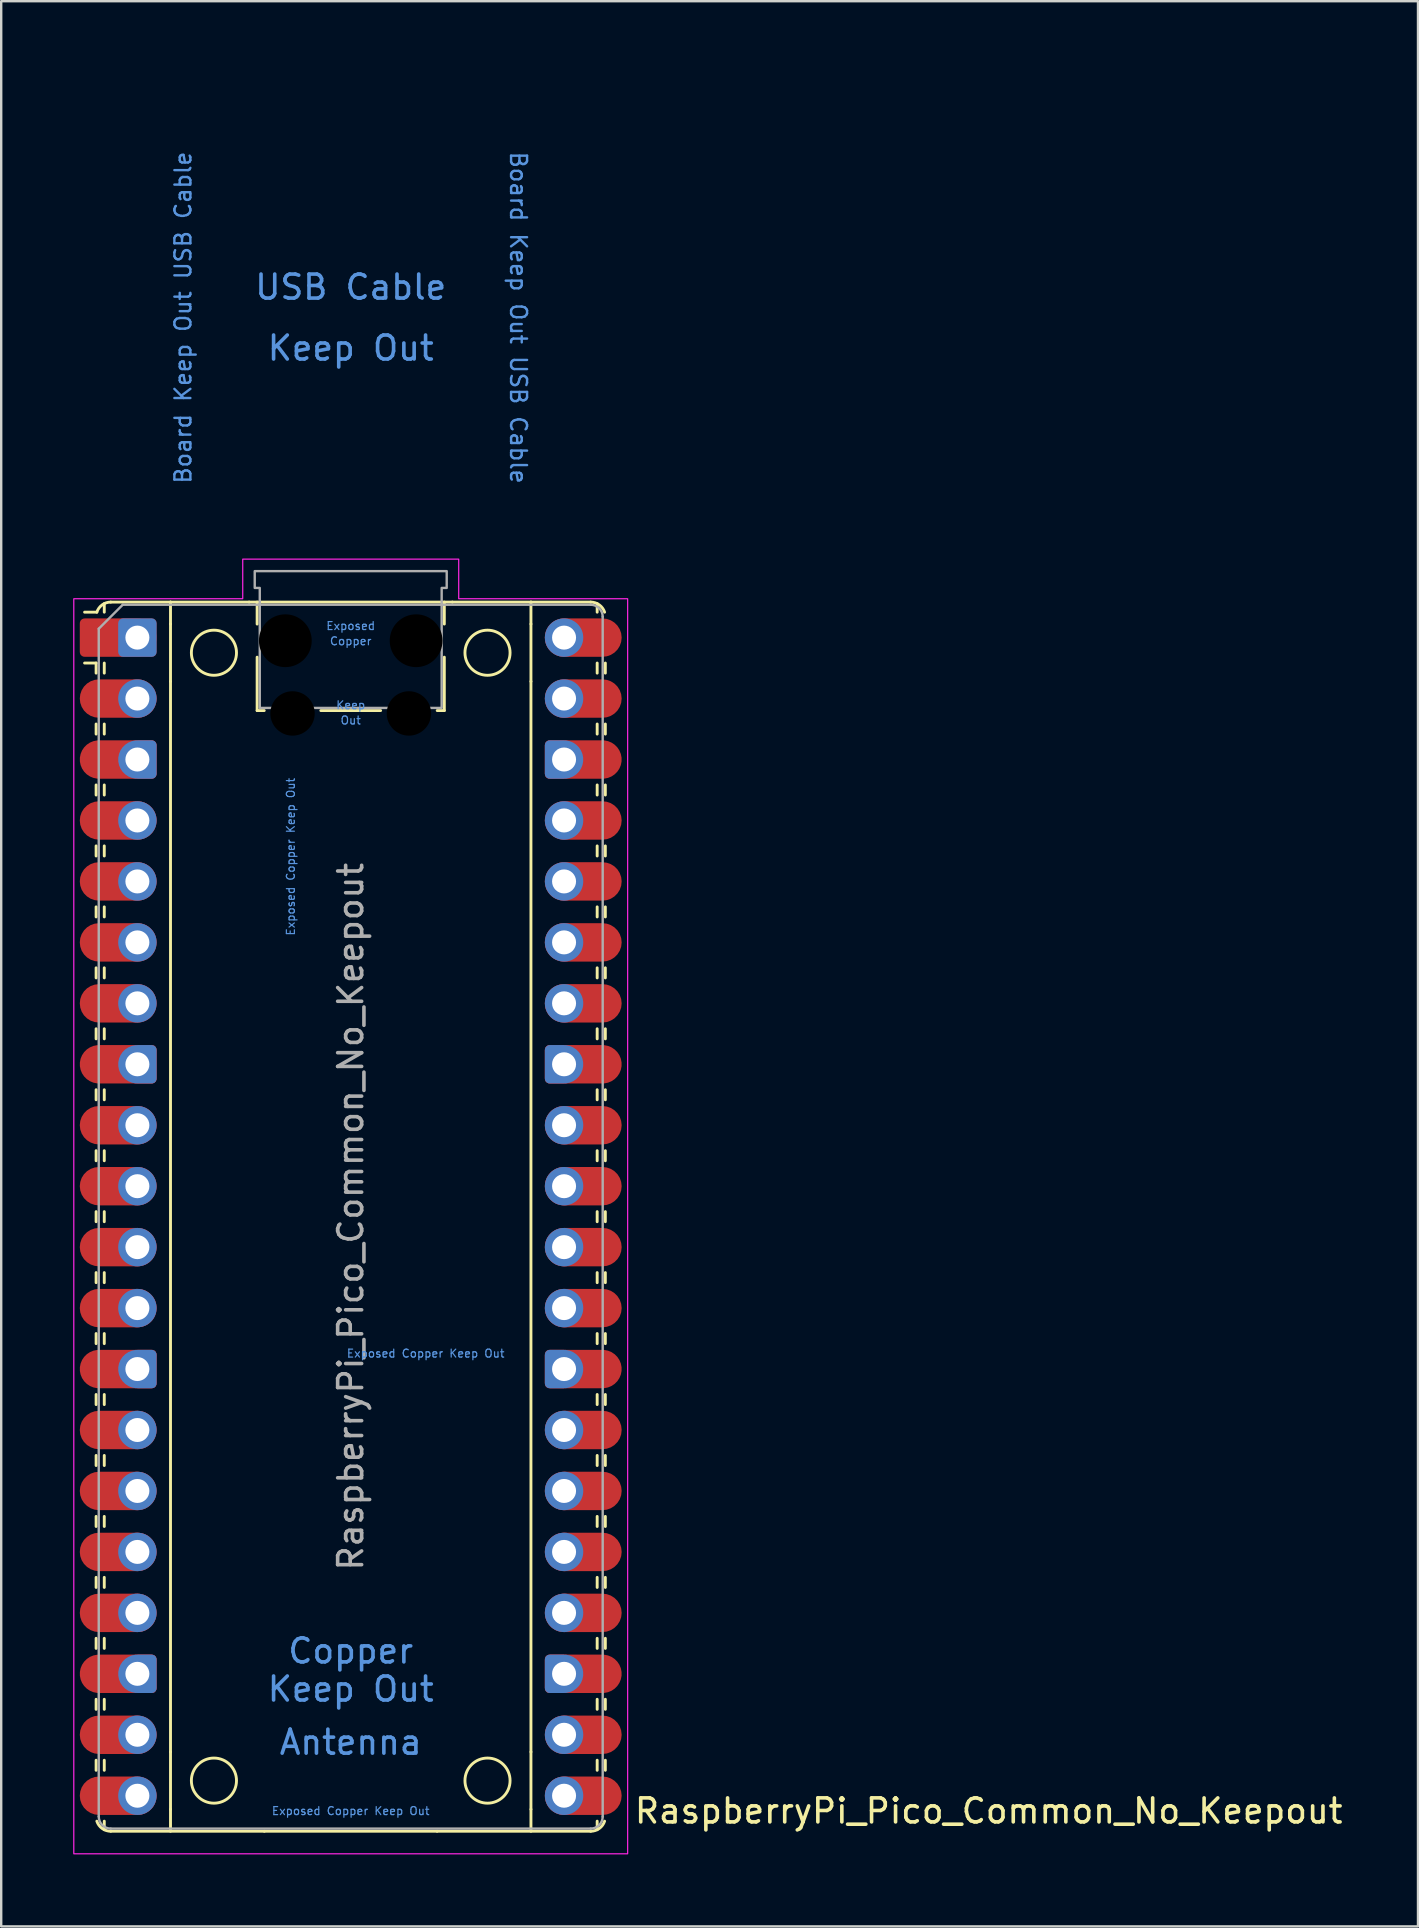
<source format=kicad_pcb>
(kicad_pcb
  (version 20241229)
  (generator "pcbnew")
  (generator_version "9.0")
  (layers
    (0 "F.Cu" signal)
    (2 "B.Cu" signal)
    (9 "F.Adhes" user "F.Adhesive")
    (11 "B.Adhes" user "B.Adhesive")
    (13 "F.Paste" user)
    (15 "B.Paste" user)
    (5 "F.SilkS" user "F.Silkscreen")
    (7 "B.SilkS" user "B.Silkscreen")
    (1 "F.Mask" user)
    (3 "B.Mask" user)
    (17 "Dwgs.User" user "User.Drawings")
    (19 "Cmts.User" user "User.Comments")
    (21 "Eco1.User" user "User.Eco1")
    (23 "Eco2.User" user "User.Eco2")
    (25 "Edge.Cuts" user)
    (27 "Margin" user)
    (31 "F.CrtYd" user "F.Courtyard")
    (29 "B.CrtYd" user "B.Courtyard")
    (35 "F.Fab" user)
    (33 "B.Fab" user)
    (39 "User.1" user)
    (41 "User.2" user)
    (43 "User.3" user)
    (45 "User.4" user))
  (footprint "RaspberryPi_Pico_Common_No_Keepout"
    (layer "F.Cu")
    (at 11.565 47.65)
    (property "Reference" "RaspberryPi_Pico_Common_No_Keepout" (at 11.748 24.765 0) (unlocked yes) (layer "F.SilkS") (effects (font (size 1 1) (thickness 0.15)) (justify left)))
    (attr through_hole)
    (fp_line (start -10.61 -23.07) (end -11.09 -23.07) (stroke (width 0.12) (type solid)) (layer "F.SilkS"))
    (fp_line (start -10.61 -23.07) (end -10.61 -22.65) (stroke (width 0.12) (type solid)) (layer "F.SilkS"))
    (fp_line (start -10.61 -20.53) (end -10.61 -20.11) (stroke (width 0.12) (type solid)) (layer "F.SilkS"))
    (fp_line (start -10.61 -17.99) (end -10.61 -17.57) (stroke (width 0.12) (type solid)) (layer "F.SilkS"))
    (fp_line (start -10.61 -15.45) (end -10.61 -15.03) (stroke (width 0.12) (type solid)) (layer "F.SilkS"))
    (fp_line (start -10.61 -12.91) (end -10.61 -12.49) (stroke (width 0.12) (type solid)) (layer "F.SilkS"))
    (fp_line (start -10.61 -10.37) (end -10.61 -9.95) (stroke (width 0.12) (type solid)) (layer "F.SilkS"))
    (fp_line (start -10.61 -7.83) (end -10.61 -7.41) (stroke (width 0.12) (type solid)) (layer "F.SilkS"))
    (fp_line (start -10.61 -5.29) (end -10.61 -4.87) (stroke (width 0.12) (type solid)) (layer "F.SilkS"))
    (fp_line (start -10.61 -2.75) (end -10.61 -2.33) (stroke (width 0.12) (type solid)) (layer "F.SilkS"))
    (fp_line (start -10.61 -0.21) (end -10.61 0.21) (stroke (width 0.12) (type solid)) (layer "F.SilkS"))
    (fp_line (start -10.61 2.33) (end -10.61 2.75) (stroke (width 0.12) (type solid)) (layer "F.SilkS"))
    (fp_line (start -10.61 4.87) (end -10.61 5.29) (stroke (width 0.12) (type solid)) (layer "F.SilkS"))
    (fp_line (start -10.61 7.41) (end -10.61 7.83) (stroke (width 0.12) (type solid)) (layer "F.SilkS"))
    (fp_line (start -10.61 9.95) (end -10.61 10.37) (stroke (width 0.12) (type solid)) (layer "F.SilkS"))
    (fp_line (start -10.61 12.49) (end -10.61 12.91) (stroke (width 0.12) (type solid)) (layer "F.SilkS"))
    (fp_line (start -10.61 15.03) (end -10.61 15.45) (stroke (width 0.12) (type solid)) (layer "F.SilkS"))
    (fp_line (start -10.61 17.57) (end -10.61 17.99) (stroke (width 0.12) (type solid)) (layer "F.SilkS"))
    (fp_line (start -10.61 20.11) (end -10.61 20.53) (stroke (width 0.12) (type solid)) (layer "F.SilkS"))
    (fp_line (start -10.61 22.65) (end -10.61 23.07) (stroke (width 0.12) (type solid)) (layer "F.SilkS"))
    (fp_line (start -10.58 -25.19) (end -11.09 -25.19) (stroke (width 0.12) (type solid)) (layer "F.SilkS"))
    (fp_line (start -10.27 -25.19) (end -10.27 -25.547) (stroke (width 0.12) (type solid)) (layer "F.SilkS"))
    (fp_line (start -10.27 -23.07) (end -10.27 -22.65) (stroke (width 0.12) (type solid)) (layer "F.SilkS"))
    (fp_line (start -10.27 -20.53) (end -10.27 -20.11) (stroke (width 0.12) (type solid)) (layer "F.SilkS"))
    (fp_line (start -10.27 -17.99) (end -10.27 -17.57) (stroke (width 0.12) (type solid)) (layer "F.SilkS"))
    (fp_line (start -10.27 -15.45) (end -10.27 -15.03) (stroke (width 0.12) (type solid)) (layer "F.SilkS"))
    (fp_line (start -10.27 -12.91) (end -10.27 -12.49) (stroke (width 0.12) (type solid)) (layer "F.SilkS"))
    (fp_line (start -10.27 -10.37) (end -10.27 -9.95) (stroke (width 0.12) (type solid)) (layer "F.SilkS"))
    (fp_line (start -10.27 -7.83) (end -10.27 -7.41) (stroke (width 0.12) (type solid)) (layer "F.SilkS"))
    (fp_line (start -10.27 -5.29) (end -10.27 -4.87) (stroke (width 0.12) (type solid)) (layer "F.SilkS"))
    (fp_line (start -10.27 -2.75) (end -10.27 -2.33) (stroke (width 0.12) (type solid)) (layer "F.SilkS"))
    (fp_line (start -10.27 -0.21) (end -10.27 0.21) (stroke (width 0.12) (type solid)) (layer "F.SilkS"))
    (fp_line (start -10.27 2.33) (end -10.27 2.75) (stroke (width 0.12) (type solid)) (layer "F.SilkS"))
    (fp_line (start -10.27 4.87) (end -10.27 5.29) (stroke (width 0.12) (type solid)) (layer "F.SilkS"))
    (fp_line (start -10.27 7.41) (end -10.27 7.83) (stroke (width 0.12) (type solid)) (layer "F.SilkS"))
    (fp_line (start -10.27 9.95) (end -10.27 10.37) (stroke (width 0.12) (type solid)) (layer "F.SilkS"))
    (fp_line (start -10.27 12.49) (end -10.27 12.91) (stroke (width 0.12) (type solid)) (layer "F.SilkS"))
    (fp_line (start -10.27 15.03) (end -10.27 15.45) (stroke (width 0.12) (type solid)) (layer "F.SilkS"))
    (fp_line (start -10.27 17.57) (end -10.27 17.99) (stroke (width 0.12) (type solid)) (layer "F.SilkS"))
    (fp_line (start -10.27 20.11) (end -10.27 20.53) (stroke (width 0.12) (type solid)) (layer "F.SilkS"))
    (fp_line (start -10.27 22.65) (end -10.27 23.07) (stroke (width 0.12) (type solid)) (layer "F.SilkS"))
    (fp_line (start -10.27 25.19) (end -10.27 25.547) (stroke (width 0.12) (type solid)) (layer "F.SilkS"))
    (fp_line (start -10 -25.61) (end -7.51 -25.61) (stroke (width 0.12) (type solid)) (layer "F.SilkS"))
    (fp_line (start -10 25.61) (end -3.6 25.61) (stroke (width 0.12) (type solid)) (layer "F.SilkS"))
    (fp_line (start -7.51 -25.61) (end -7.51 -24.696) (stroke (width 0.12) (type solid)) (layer "F.SilkS"))
    (fp_line (start -7.51 -25.61) (end -4.235 -25.61) (stroke (width 0.12) (type solid)) (layer "F.SilkS"))
    (fp_line (start -7.51 -24.696) (end -7.51 -22.304) (stroke (width 0.12) (type solid)) (layer "F.SilkS"))
    (fp_line (start -7.51 -22.304) (end -7.51 22.304) (stroke (width 0.12) (type solid)) (layer "F.SilkS"))
    (fp_line (start -7.51 22.304) (end -7.51 24.696) (stroke (width 0.12) (type solid)) (layer "F.SilkS"))
    (fp_line (start -7.51 24.696) (end -7.51 25.61) (stroke (width 0.12) (type solid)) (layer "F.SilkS"))
    (fp_line (start -4.235 -25.61) (end 4.235 -25.61) (stroke (width 0.12) (type solid)) (layer "F.SilkS"))
    (fp_line (start -3.9 -25.61) (end -3.9 -24.694) (stroke (width 0.12) (type solid)) (layer "F.SilkS"))
    (fp_line (start -3.9 -23.315) (end -3.9 -21.09) (stroke (width 0.12) (type solid)) (layer "F.SilkS"))
    (fp_line (start -3.9 -21.09) (end -3.604 -21.09) (stroke (width 0.12) (type solid)) (layer "F.SilkS"))
    (fp_line (start -1.246 -21.09) (end 1.246 -21.09) (stroke (width 0.12) (type solid)) (layer "F.SilkS"))
    (fp_line (start 3.6 25.61) (end -3.6 25.61) (stroke (width 0.12) (type solid)) (layer "F.SilkS"))
    (fp_line (start 3.6 25.61) (end 10 25.61) (stroke (width 0.12) (type solid)) (layer "F.SilkS"))
    (fp_line (start 3.604 -21.09) (end 3.9 -21.09) (stroke (width 0.12) (type solid)) (layer "F.SilkS"))
    (fp_line (start 3.9 -25.61) (end 3.9 -24.694) (stroke (width 0.12) (type solid)) (layer "F.SilkS"))
    (fp_line (start 3.9 -23.315) (end 3.9 -21.09) (stroke (width 0.12) (type solid)) (layer "F.SilkS"))
    (fp_line (start 4.235 -25.61) (end 7.51 -25.61) (stroke (width 0.12) (type solid)) (layer "F.SilkS"))
    (fp_line (start 7.51 -25.61) (end 7.51 -24.696) (stroke (width 0.12) (type solid)) (layer "F.SilkS"))
    (fp_line (start 7.51 -24.696) (end 7.51 -22.304) (stroke (width 0.12) (type solid)) (layer "F.SilkS"))
    (fp_line (start 7.51 -22.304) (end 7.51 22.304) (stroke (width 0.12) (type solid)) (layer "F.SilkS"))
    (fp_line (start 7.51 22.304) (end 7.51 24.696) (stroke (width 0.12) (type solid)) (layer "F.SilkS"))
    (fp_line (start 7.51 24.696) (end 7.51 25.61) (stroke (width 0.12) (type solid)) (layer "F.SilkS"))
    (fp_line (start 10 -25.61) (end 7.51 -25.61) (stroke (width 0.12) (type solid)) (layer "F.SilkS"))
    (fp_line (start 10.27 -25.19) (end 10.27 -25.547) (stroke (width 0.12) (type solid)) (layer "F.SilkS"))
    (fp_line (start 10.27 -23.07) (end 10.27 -22.65) (stroke (width 0.12) (type solid)) (layer "F.SilkS"))
    (fp_line (start 10.27 -20.53) (end 10.27 -20.11) (stroke (width 0.12) (type solid)) (layer "F.SilkS"))
    (fp_line (start 10.27 -17.99) (end 10.27 -17.57) (stroke (width 0.12) (type solid)) (layer "F.SilkS"))
    (fp_line (start 10.27 -15.45) (end 10.27 -15.03) (stroke (width 0.12) (type solid)) (layer "F.SilkS"))
    (fp_line (start 10.27 -12.91) (end 10.27 -12.49) (stroke (width 0.12) (type solid)) (layer "F.SilkS"))
    (fp_line (start 10.27 -10.37) (end 10.27 -9.95) (stroke (width 0.12) (type solid)) (layer "F.SilkS"))
    (fp_line (start 10.27 -7.83) (end 10.27 -7.41) (stroke (width 0.12) (type solid)) (layer "F.SilkS"))
    (fp_line (start 10.27 -5.29) (end 10.27 -4.87) (stroke (width 0.12) (type solid)) (layer "F.SilkS"))
    (fp_line (start 10.27 -2.75) (end 10.27 -2.33) (stroke (width 0.12) (type solid)) (layer "F.SilkS"))
    (fp_line (start 10.27 -0.21) (end 10.27 0.21) (stroke (width 0.12) (type solid)) (layer "F.SilkS"))
    (fp_line (start 10.27 2.33) (end 10.27 2.75) (stroke (width 0.12) (type solid)) (layer "F.SilkS"))
    (fp_line (start 10.27 4.87) (end 10.27 5.29) (stroke (width 0.12) (type solid)) (layer "F.SilkS"))
    (fp_line (start 10.27 7.41) (end 10.27 7.83) (stroke (width 0.12) (type solid)) (layer "F.SilkS"))
    (fp_line (start 10.27 9.95) (end 10.27 10.37) (stroke (width 0.12) (type solid)) (layer "F.SilkS"))
    (fp_line (start 10.27 12.49) (end 10.27 12.91) (stroke (width 0.12) (type solid)) (layer "F.SilkS"))
    (fp_line (start 10.27 15.03) (end 10.27 15.45) (stroke (width 0.12) (type solid)) (layer "F.SilkS"))
    (fp_line (start 10.27 17.57) (end 10.27 17.99) (stroke (width 0.12) (type solid)) (layer "F.SilkS"))
    (fp_line (start 10.27 20.11) (end 10.27 20.53) (stroke (width 0.12) (type solid)) (layer "F.SilkS"))
    (fp_line (start 10.27 22.65) (end 10.27 23.07) (stroke (width 0.12) (type solid)) (layer "F.SilkS"))
    (fp_line (start 10.27 25.19) (end 10.27 25.547) (stroke (width 0.12) (type solid)) (layer "F.SilkS"))
    (fp_line (start 10.61 -23.07) (end 10.61 -22.65) (stroke (width 0.12) (type solid)) (layer "F.SilkS"))
    (fp_line (start 10.61 -20.53) (end 10.61 -20.11) (stroke (width 0.12) (type solid)) (layer "F.SilkS"))
    (fp_line (start 10.61 -17.99) (end 10.61 -17.57) (stroke (width 0.12) (type solid)) (layer "F.SilkS"))
    (fp_line (start 10.61 -15.45) (end 10.61 -15.03) (stroke (width 0.12) (type solid)) (layer "F.SilkS"))
    (fp_line (start 10.61 -12.91) (end 10.61 -12.49) (stroke (width 0.12) (type solid)) (layer "F.SilkS"))
    (fp_line (start 10.61 -10.37) (end 10.61 -9.95) (stroke (width 0.12) (type solid)) (layer "F.SilkS"))
    (fp_line (start 10.61 -7.83) (end 10.61 -7.41) (stroke (width 0.12) (type solid)) (layer "F.SilkS"))
    (fp_line (start 10.61 -5.29) (end 10.61 -4.87) (stroke (width 0.12) (type solid)) (layer "F.SilkS"))
    (fp_line (start 10.61 -2.75) (end 10.61 -2.33) (stroke (width 0.12) (type solid)) (layer "F.SilkS"))
    (fp_line (start 10.61 -0.21) (end 10.61 0.21) (stroke (width 0.12) (type solid)) (layer "F.SilkS"))
    (fp_line (start 10.61 2.33) (end 10.61 2.75) (stroke (width 0.12) (type solid)) (layer "F.SilkS"))
    (fp_line (start 10.61 4.87) (end 10.61 5.29) (stroke (width 0.12) (type solid)) (layer "F.SilkS"))
    (fp_line (start 10.61 7.41) (end 10.61 7.83) (stroke (width 0.12) (type solid)) (layer "F.SilkS"))
    (fp_line (start 10.61 9.95) (end 10.61 10.37) (stroke (width 0.12) (type solid)) (layer "F.SilkS"))
    (fp_line (start 10.61 12.49) (end 10.61 12.91) (stroke (width 0.12) (type solid)) (layer "F.SilkS"))
    (fp_line (start 10.61 15.03) (end 10.61 15.45) (stroke (width 0.12) (type solid)) (layer "F.SilkS"))
    (fp_line (start 10.61 17.57) (end 10.61 17.99) (stroke (width 0.12) (type solid)) (layer "F.SilkS"))
    (fp_line (start 10.61 20.11) (end 10.61 20.53) (stroke (width 0.12) (type solid)) (layer "F.SilkS"))
    (fp_line (start 10.61 22.65) (end 10.61 23.07) (stroke (width 0.12) (type solid)) (layer "F.SilkS"))
    (fp_arc (start -10.579676 -25.189937) (mid -10.357938 -25.493944) (end -10 -25.61) (stroke (width 0.12) (type solid)) (layer "F.SilkS"))
    (fp_arc (start -10 25.61) (mid -10.357937 25.493944) (end -10.579676 25.189937) (stroke (width 0.12) (type solid)) (layer "F.SilkS"))
    (fp_arc (start 10 -25.61) (mid 10.357937 -25.493944) (end 10.579676 -25.189937) (stroke (width 0.12) (type solid)) (layer "F.SilkS"))
    (fp_arc (start 10.579676 25.189937) (mid 10.357949 25.493953) (end 10 25.61) (stroke (width 0.12) (type solid)) (layer "F.SilkS"))
    (fp_circle (center -5.7 -23.5) (end -4.76 -23.5) (stroke (width 0.12) (type solid)) (fill no) (layer "F.SilkS"))
    (fp_circle (center -5.7 23.5) (end -4.76 23.5) (stroke (width 0.12) (type solid)) (fill no) (layer "F.SilkS"))
    (fp_circle (center 5.7 -23.5) (end 6.64 -23.5) (stroke (width 0.12) (type solid)) (fill no) (layer "F.SilkS"))
    (fp_circle (center 5.7 23.5) (end 6.64 23.5) (stroke (width 0.12) (type solid)) (fill no) (layer "F.SilkS"))
    (fp_poly (pts (xy -4.5 -27.4) (xy 4.5 -27.4) (xy 4.5 -25.75) (xy 11.54 -25.75) (xy 11.54 26.55) (xy -11.54 26.55) (xy -11.54 -25.75) (xy -4.5 -25.75)) (stroke (width 0.05) (type solid)) (fill no) (layer "F.CrtYd"))
    (fp_line (start -10.5 -24.5) (end -9.5 -25.5) (stroke (width 0.1) (type solid)) (layer "F.Fab"))
    (fp_line (start -10.5 25) (end -10.5 -24.5) (stroke (width 0.1) (type solid)) (layer "F.Fab"))
    (fp_line (start -9.5 -25.5) (end 10 -25.5) (stroke (width 0.1) (type solid)) (layer "F.Fab"))
    (fp_line (start 10 25.5) (end -10 25.5) (stroke (width 0.1) (type solid)) (layer "F.Fab"))
    (fp_line (start 10.5 -25) (end 10.5 25) (stroke (width 0.1) (type solid)) (layer "F.Fab"))
    (fp_arc (start -10 25.5) (mid -10.353553 25.353553) (end -10.5 25) (stroke (width 0.1) (type solid)) (layer "F.Fab"))
    (fp_arc (start 10 -25.5) (mid 10.353553 -25.353553) (end 10.5 -25) (stroke (width 0.1) (type solid)) (layer "F.Fab"))
    (fp_arc (start 10.5 25) (mid 10.353553 25.353553) (end 10 25.5) (stroke (width 0.1) (type solid)) (layer "F.Fab"))
    (fp_poly (pts (xy 3.79 -21.2) (xy 3.79 -26.2) (xy 4 -26.2) (xy 4 -26.9) (xy -4 -26.9) (xy -4 -26.2) (xy -3.79 -26.2) (xy -3.79 -21.2)) (stroke (width 0.1) (type solid)) (fill no) (layer "F.Fab"))
    (fp_text user "USB Cable" (at 0 -38.735 0) (unlocked yes) (layer "Cmts.User") (effects (font (size 1 1) (thickness 0.15))))
    (fp_text user "Copper" (at 0 -23.983 0) (unlocked yes) (layer "Cmts.User") (effects (font (size 0.333 0.333) (thickness 0.05))))
    (fp_text user "Exposed" (at 0 -24.617 0) (unlocked yes) (layer "Cmts.User") (effects (font (size 0.333 0.333) (thickness 0.05))))
    (fp_text user "Antenna" (at 0 21.9 0) (unlocked yes) (layer "Cmts.User") (effects (font (size 1 1) (thickness 0.15))))
    (fp_text user "Exposed Copper Keep Out" (at 3.124 5.7 0) (unlocked yes) (layer "Cmts.User") (effects (font (size 0.333 0.333) (thickness 0.05))))
    (fp_text user "Out" (at 0 -20.683 0) (unlocked yes) (layer "Cmts.User") (effects (font (size 0.333 0.333) (thickness 0.05))))
    (fp_text user "Exposed Copper Keep Out" (at -2.5 -15 90) (unlocked yes) (layer "Cmts.User") (effects (font (size 0.333 0.333) (thickness 0.05))))
    (fp_text user "Copper" (at 0 18.098 0) (unlocked yes) (layer "Cmts.User") (effects (font (size 1 1) (thickness 0.15))))
    (fp_text user "Board Keep Out USB Cable" (at -6.985 -37.465 90) (unlocked yes) (layer "Cmts.User") (effects (font (size 0.667 0.667) (thickness 0.1))))
    (fp_text user "Exposed Copper Keep Out" (at 0 24.765 0) (unlocked yes) (layer "Cmts.User") (effects (font (size 0.333 0.333) (thickness 0.05))))
    (fp_text user "Board Keep Out USB Cable" (at 6.985 -37.465 270) (unlocked yes) (layer "Cmts.User") (effects (font (size 0.667 0.667) (thickness 0.1))))
    (fp_text user "Keep" (at 0 -21.317 0) (unlocked yes) (layer "Cmts.User") (effects (font (size 0.333 0.333) (thickness 0.05))))
    (fp_text user "Keep Out" (at 0 19.685 0) (unlocked yes) (layer "Cmts.User") (effects (font (size 1 1) (thickness 0.15))))
    (fp_text user "Keep Out" (at 0 -36.195 0) (unlocked yes) (layer "Cmts.User") (effects (font (size 1 1) (thickness 0.15))))
    (fp_text user "${REFERENCE}" (at 0 0 90) (layer "F.Fab") (effects (font (size 1 1) (thickness 0.15))))
    (pad "" np_thru_hole circle (at -2.725 -24) (size 2.2 2.2) (drill 2.2) (layers "*.Mask"))
    (pad "" np_thru_hole circle (at -2.425 -20.97) (size 1.85 1.85) (drill 1.85) (layers "*.Mask"))
    (pad "" np_thru_hole circle (at 2.425 -20.97) (size 1.85 1.85) (drill 1.85) (layers "*.Mask"))
    (pad "" np_thru_hole circle (at 2.725 -24) (size 2.2 2.2) (drill 2.2) (layers "*.Mask"))
    (pad "1" thru_hole roundrect (at -8.89 -24.13) (size 1.6 1.6) (drill 1) (layers "*.Cu" "*.Mask") (roundrect_rratio 0.125))
    (pad "1" smd custom (at -8.89 -24.13) (size 1.6 1.6) (layers "F.Cu" "F.Mask") (options (anchor circle)) (primitives (gr_poly (pts (xy -2.4 0.6) (xy -2.4 -0.6) (xy -2.2 -0.8) (xy 0 -0.8) (xy 0 0.8) (xy -2.2 0.8)) (width 0) (fill yes)) (gr_circle (center -2.2 0.6) (end -2 0.6) (width 0) (fill yes)) (gr_circle (center -2.2 -0.6) (end -2 -0.6) (width 0) (fill yes))))
    (pad "2" thru_hole circle (at -8.89 -21.59) (size 1.6 1.6) (drill 1) (layers "*.Cu" "*.Mask"))
    (pad "2" smd roundrect (at -8.89 -21.59) (size 3.2 1.6) (drill (offset -0.8 0)) (layers "F.Cu" "F.Mask") (roundrect_rratio 0.5))
    (pad "3" smd custom (at -8.89 -19.05) (size 1.6 1.6) (layers "F.Cu" "F.Mask") (options (anchor circle)) (primitives (gr_poly (pts (xy 0.8 -0.6) (xy 0.8 0.6) (xy 0.6 0.8) (xy -1.6 0.8) (xy -1.6 -0.8) (xy 0.6 -0.8)) (width 0) (fill yes)) (gr_circle (center 0.6 0.6) (end 0.8 0.6) (width 0) (fill yes)) (gr_circle (center 0.6 -0.6) (end 0.8 -0.6) (width 0) (fill yes)) (gr_circle (center -1.6 0) (end -0.8 0) (width 0) (fill yes))))
    (pad "3" thru_hole custom (at -8.89 -19.05) (size 1.6 1.6) (drill 1) (layers "*.Cu" "*.Mask") (options (anchor circle)) (primitives (gr_poly (pts (xy 0.8 0.6) (xy 0.8 -0.6) (xy 0.6 -0.8) (xy 0 -0.8) (xy 0 0.8) (xy 0.6 0.8)) (width 0) (fill yes)) (gr_circle (center 0.6 0.6) (end 0.8 0.6) (width 0) (fill yes)) (gr_circle (center 0.6 -0.6) (end 0.8 -0.6) (width 0) (fill yes))))
    (pad "4" thru_hole circle (at -8.89 -16.51) (size 1.6 1.6) (drill 1) (layers "*.Cu" "*.Mask"))
    (pad "4" smd roundrect (at -8.89 -16.51) (size 3.2 1.6) (drill (offset -0.8 0)) (layers "F.Cu" "F.Mask") (roundrect_rratio 0.5))
    (pad "5" thru_hole circle (at -8.89 -13.97) (size 1.6 1.6) (drill 1) (layers "*.Cu" "*.Mask"))
    (pad "5" smd roundrect (at -8.89 -13.97) (size 3.2 1.6) (drill (offset -0.8 0)) (layers "F.Cu" "F.Mask") (roundrect_rratio 0.5))
    (pad "6" thru_hole circle (at -8.89 -11.43) (size 1.6 1.6) (drill 1) (layers "*.Cu" "*.Mask"))
    (pad "6" smd roundrect (at -8.89 -11.43) (size 3.2 1.6) (drill (offset -0.8 0)) (layers "F.Cu" "F.Mask") (roundrect_rratio 0.5))
    (pad "7" thru_hole circle (at -8.89 -8.89) (size 1.6 1.6) (drill 1) (layers "*.Cu" "*.Mask"))
    (pad "7" smd roundrect (at -8.89 -8.89) (size 3.2 1.6) (drill (offset -0.8 0)) (layers "F.Cu" "F.Mask") (roundrect_rratio 0.5))
    (pad "8" smd custom (at -8.89 -6.35) (size 1.6 1.6) (layers "F.Cu" "F.Mask") (options (anchor circle)) (primitives (gr_poly (pts (xy 0.8 -0.6) (xy 0.8 0.6) (xy 0.6 0.8) (xy -1.6 0.8) (xy -1.6 -0.8) (xy 0.6 -0.8)) (width 0) (fill yes)) (gr_circle (center 0.6 0.6) (end 0.8 0.6) (width 0) (fill yes)) (gr_circle (center 0.6 -0.6) (end 0.8 -0.6) (width 0) (fill yes)) (gr_circle (center -1.6 0) (end -0.8 0) (width 0) (fill yes))))
    (pad "8" thru_hole custom (at -8.89 -6.35) (size 1.6 1.6) (drill 1) (layers "*.Cu" "*.Mask") (options (anchor circle)) (primitives (gr_poly (pts (xy 0.8 0.6) (xy 0.8 -0.6) (xy 0.6 -0.8) (xy 0 -0.8) (xy 0 0.8) (xy 0.6 0.8)) (width 0) (fill yes)) (gr_circle (center 0.6 0.6) (end 0.8 0.6) (width 0) (fill yes)) (gr_circle (center 0.6 -0.6) (end 0.8 -0.6) (width 0) (fill yes))))
    (pad "9" thru_hole circle (at -8.89 -3.81) (size 1.6 1.6) (drill 1) (layers "*.Cu" "*.Mask"))
    (pad "9" smd roundrect (at -8.89 -3.81) (size 3.2 1.6) (drill (offset -0.8 0)) (layers "F.Cu" "F.Mask") (roundrect_rratio 0.5))
    (pad "10" thru_hole circle (at -8.89 -1.27) (size 1.6 1.6) (drill 1) (layers "*.Cu" "*.Mask"))
    (pad "10" smd roundrect (at -8.89 -1.27) (size 3.2 1.6) (drill (offset -0.8 0)) (layers "F.Cu" "F.Mask") (roundrect_rratio 0.5))
    (pad "11" thru_hole circle (at -8.89 1.27) (size 1.6 1.6) (drill 1) (layers "*.Cu" "*.Mask"))
    (pad "11" smd roundrect (at -8.89 1.27) (size 3.2 1.6) (drill (offset -0.8 0)) (layers "F.Cu" "F.Mask") (roundrect_rratio 0.5))
    (pad "12" thru_hole circle (at -8.89 3.81) (size 1.6 1.6) (drill 1) (layers "*.Cu" "*.Mask"))
    (pad "12" smd roundrect (at -8.89 3.81) (size 3.2 1.6) (drill (offset -0.8 0)) (layers "F.Cu" "F.Mask") (roundrect_rratio 0.5))
    (pad "13" smd custom (at -8.89 6.35) (size 1.6 1.6) (layers "F.Cu" "F.Mask") (options (anchor circle)) (primitives (gr_poly (pts (xy 0.8 -0.6) (xy 0.8 0.6) (xy 0.6 0.8) (xy -1.6 0.8) (xy -1.6 -0.8) (xy 0.6 -0.8)) (width 0) (fill yes)) (gr_circle (center 0.6 0.6) (end 0.8 0.6) (width 0) (fill yes)) (gr_circle (center 0.6 -0.6) (end 0.8 -0.6) (width 0) (fill yes)) (gr_circle (center -1.6 0) (end -0.8 0) (width 0) (fill yes))))
    (pad "13" thru_hole custom (at -8.89 6.35) (size 1.6 1.6) (drill 1) (layers "*.Cu" "*.Mask") (options (anchor circle)) (primitives (gr_poly (pts (xy 0.8 0.6) (xy 0.8 -0.6) (xy 0.6 -0.8) (xy 0 -0.8) (xy 0 0.8) (xy 0.6 0.8)) (width 0) (fill yes)) (gr_circle (center 0.6 0.6) (end 0.8 0.6) (width 0) (fill yes)) (gr_circle (center 0.6 -0.6) (end 0.8 -0.6) (width 0) (fill yes))))
    (pad "14" thru_hole circle (at -8.89 8.89) (size 1.6 1.6) (drill 1) (layers "*.Cu" "*.Mask"))
    (pad "14" smd roundrect (at -8.89 8.89) (size 3.2 1.6) (drill (offset -0.8 0)) (layers "F.Cu" "F.Mask") (roundrect_rratio 0.5))
    (pad "15" thru_hole circle (at -8.89 11.43) (size 1.6 1.6) (drill 1) (layers "*.Cu" "*.Mask"))
    (pad "15" smd roundrect (at -8.89 11.43) (size 3.2 1.6) (drill (offset -0.8 0)) (layers "F.Cu" "F.Mask") (roundrect_rratio 0.5))
    (pad "16" thru_hole circle (at -8.89 13.97) (size 1.6 1.6) (drill 1) (layers "*.Cu" "*.Mask"))
    (pad "16" smd roundrect (at -8.89 13.97) (size 3.2 1.6) (drill (offset -0.8 0)) (layers "F.Cu" "F.Mask") (roundrect_rratio 0.5))
    (pad "17" thru_hole circle (at -8.89 16.51) (size 1.6 1.6) (drill 1) (layers "*.Cu" "*.Mask"))
    (pad "17" smd roundrect (at -8.89 16.51) (size 3.2 1.6) (drill (offset -0.8 0)) (layers "F.Cu" "F.Mask") (roundrect_rratio 0.5))
    (pad "18" smd custom (at -8.89 19.05) (size 1.6 1.6) (layers "F.Cu" "F.Mask") (options (anchor circle)) (primitives (gr_poly (pts (xy 0.8 -0.6) (xy 0.8 0.6) (xy 0.6 0.8) (xy -1.6 0.8) (xy -1.6 -0.8) (xy 0.6 -0.8)) (width 0) (fill yes)) (gr_circle (center 0.6 0.6) (end 0.8 0.6) (width 0) (fill yes)) (gr_circle (center 0.6 -0.6) (end 0.8 -0.6) (width 0) (fill yes)) (gr_circle (center -1.6 0) (end -0.8 0) (width 0) (fill yes))))
    (pad "18" thru_hole custom (at -8.89 19.05) (size 1.6 1.6) (drill 1) (layers "*.Cu" "*.Mask") (options (anchor circle)) (primitives (gr_poly (pts (xy 0.8 0.6) (xy 0.8 -0.6) (xy 0.6 -0.8) (xy 0 -0.8) (xy 0 0.8) (xy 0.6 0.8)) (width 0) (fill yes)) (gr_circle (center 0.6 0.6) (end 0.8 0.6) (width 0) (fill yes)) (gr_circle (center 0.6 -0.6) (end 0.8 -0.6) (width 0) (fill yes))))
    (pad "19" thru_hole circle (at -8.89 21.59) (size 1.6 1.6) (drill 1) (layers "*.Cu" "*.Mask"))
    (pad "19" smd roundrect (at -8.89 21.59) (size 3.2 1.6) (drill (offset -0.8 0)) (layers "F.Cu" "F.Mask") (roundrect_rratio 0.5))
    (pad "20" thru_hole circle (at -8.89 24.13) (size 1.6 1.6) (drill 1) (layers "*.Cu" "*.Mask"))
    (pad "20" smd roundrect (at -8.89 24.13) (size 3.2 1.6) (drill (offset -0.8 0)) (layers "F.Cu" "F.Mask") (roundrect_rratio 0.5))
    (pad "21" thru_hole circle (at 8.89 24.13) (size 1.6 1.6) (drill 1) (layers "*.Cu" "*.Mask"))
    (pad "21" smd roundrect (at 8.89 24.13) (size 3.2 1.6) (drill (offset 0.8 0)) (layers "F.Cu" "F.Mask") (roundrect_rratio 0.5))
    (pad "22" thru_hole circle (at 8.89 21.59) (size 1.6 1.6) (drill 1) (layers "*.Cu" "*.Mask"))
    (pad "22" smd roundrect (at 8.89 21.59) (size 3.2 1.6) (drill (offset 0.8 0)) (layers "F.Cu" "F.Mask") (roundrect_rratio 0.5))
    (pad "23" smd custom (at 8.89 19.05) (size 1.6 1.6) (layers "F.Cu" "F.Mask") (options (anchor circle)) (primitives (gr_poly (pts (xy -0.8 -0.6) (xy -0.8 0.6) (xy -0.6 0.8) (xy 1.6 0.8) (xy 1.6 -0.8) (xy -0.6 -0.8)) (width 0) (fill yes)) (gr_circle (center -0.6 0.6) (end -0.4 0.6) (width 0) (fill yes)) (gr_circle (center -0.6 -0.6) (end -0.4 -0.6) (width 0) (fill yes)) (gr_circle (center 1.6 0) (end 2.4 0) (width 0) (fill yes))))
    (pad "23" thru_hole custom (at 8.89 19.05) (size 1.6 1.6) (drill 1) (layers "*.Cu" "*.Mask") (options (anchor circle)) (primitives (gr_poly (pts (xy -0.8 0.6) (xy -0.8 -0.6) (xy -0.6 -0.8) (xy 0 -0.8) (xy 0 0.8) (xy -0.6 0.8)) (width 0) (fill yes)) (gr_circle (center -0.6 0.6) (end -0.4 0.6) (width 0) (fill yes)) (gr_circle (center -0.6 -0.6) (end -0.4 -0.6) (width 0) (fill yes))))
    (pad "24" thru_hole circle (at 8.89 16.51) (size 1.6 1.6) (drill 1) (layers "*.Cu" "*.Mask"))
    (pad "24" smd roundrect (at 8.89 16.51) (size 3.2 1.6) (drill (offset 0.8 0)) (layers "F.Cu" "F.Mask") (roundrect_rratio 0.5))
    (pad "25" thru_hole circle (at 8.89 13.97) (size 1.6 1.6) (drill 1) (layers "*.Cu" "*.Mask"))
    (pad "25" smd roundrect (at 8.89 13.97) (size 3.2 1.6) (drill (offset 0.8 0)) (layers "F.Cu" "F.Mask") (roundrect_rratio 0.5))
    (pad "26" thru_hole circle (at 8.89 11.43) (size 1.6 1.6) (drill 1) (layers "*.Cu" "*.Mask"))
    (pad "26" smd roundrect (at 8.89 11.43) (size 3.2 1.6) (drill (offset 0.8 0)) (layers "F.Cu" "F.Mask") (roundrect_rratio 0.5))
    (pad "27" thru_hole circle (at 8.89 8.89) (size 1.6 1.6) (drill 1) (layers "*.Cu" "*.Mask"))
    (pad "27" smd roundrect (at 8.89 8.89) (size 3.2 1.6) (drill (offset 0.8 0)) (layers "F.Cu" "F.Mask") (roundrect_rratio 0.5))
    (pad "28" smd custom (at 8.89 6.35) (size 1.6 1.6) (layers "F.Cu" "F.Mask") (options (anchor circle)) (primitives (gr_poly (pts (xy -0.8 -0.6) (xy -0.8 0.6) (xy -0.6 0.8) (xy 1.6 0.8) (xy 1.6 -0.8) (xy -0.6 -0.8)) (width 0) (fill yes)) (gr_circle (center -0.6 0.6) (end -0.4 0.6) (width 0) (fill yes)) (gr_circle (center -0.6 -0.6) (end -0.4 -0.6) (width 0) (fill yes)) (gr_circle (center 1.6 0) (end 2.4 0) (width 0) (fill yes))))
    (pad "28" thru_hole custom (at 8.89 6.35) (size 1.6 1.6) (drill 1) (layers "*.Cu" "*.Mask") (options (anchor circle)) (primitives (gr_poly (pts (xy -0.8 0.6) (xy -0.8 -0.6) (xy -0.6 -0.8) (xy 0 -0.8) (xy 0 0.8) (xy -0.6 0.8)) (width 0) (fill yes)) (gr_circle (center -0.6 0.6) (end -0.4 0.6) (width 0) (fill yes)) (gr_circle (center -0.6 -0.6) (end -0.4 -0.6) (width 0) (fill yes))))
    (pad "29" thru_hole circle (at 8.89 3.81) (size 1.6 1.6) (drill 1) (layers "*.Cu" "*.Mask"))
    (pad "29" smd roundrect (at 8.89 3.81) (size 3.2 1.6) (drill (offset 0.8 0)) (layers "F.Cu" "F.Mask") (roundrect_rratio 0.5))
    (pad "30" thru_hole circle (at 8.89 1.27) (size 1.6 1.6) (drill 1) (layers "*.Cu" "*.Mask"))
    (pad "30" smd roundrect (at 8.89 1.27) (size 3.2 1.6) (drill (offset 0.8 0)) (layers "F.Cu" "F.Mask") (roundrect_rratio 0.5))
    (pad "31" thru_hole circle (at 8.89 -1.27) (size 1.6 1.6) (drill 1) (layers "*.Cu" "*.Mask"))
    (pad "31" smd roundrect (at 8.89 -1.27) (size 3.2 1.6) (drill (offset 0.8 0)) (layers "F.Cu" "F.Mask") (roundrect_rratio 0.5))
    (pad "32" thru_hole circle (at 8.89 -3.81) (size 1.6 1.6) (drill 1) (layers "*.Cu" "*.Mask"))
    (pad "32" smd roundrect (at 8.89 -3.81) (size 3.2 1.6) (drill (offset 0.8 0)) (layers "F.Cu" "F.Mask") (roundrect_rratio 0.5))
    (pad "33" smd custom (at 8.89 -6.35) (size 1.6 1.6) (layers "F.Cu" "F.Mask") (options (anchor circle)) (primitives (gr_poly (pts (xy -0.8 -0.6) (xy -0.8 0.6) (xy -0.6 0.8) (xy 1.6 0.8) (xy 1.6 -0.8) (xy -0.6 -0.8)) (width 0) (fill yes)) (gr_circle (center -0.6 0.6) (end -0.4 0.6) (width 0) (fill yes)) (gr_circle (center -0.6 -0.6) (end -0.4 -0.6) (width 0) (fill yes)) (gr_circle (center 1.6 0) (end 2.4 0) (width 0) (fill yes))))
    (pad "33" thru_hole custom (at 8.89 -6.35) (size 1.6 1.6) (drill 1) (layers "*.Cu" "*.Mask") (options (anchor circle)) (primitives (gr_poly (pts (xy -0.8 0.6) (xy -0.8 -0.6) (xy -0.6 -0.8) (xy 0 -0.8) (xy 0 0.8) (xy -0.6 0.8)) (width 0) (fill yes)) (gr_circle (center -0.6 0.6) (end -0.4 0.6) (width 0) (fill yes)) (gr_circle (center -0.6 -0.6) (end -0.4 -0.6) (width 0) (fill yes))))
    (pad "34" thru_hole circle (at 8.89 -8.89) (size 1.6 1.6) (drill 1) (layers "*.Cu" "*.Mask"))
    (pad "34" smd roundrect (at 8.89 -8.89) (size 3.2 1.6) (drill (offset 0.8 0)) (layers "F.Cu" "F.Mask") (roundrect_rratio 0.5))
    (pad "35" thru_hole circle (at 8.89 -11.43) (size 1.6 1.6) (drill 1) (layers "*.Cu" "*.Mask"))
    (pad "35" smd roundrect (at 8.89 -11.43) (size 3.2 1.6) (drill (offset 0.8 0)) (layers "F.Cu" "F.Mask") (roundrect_rratio 0.5))
    (pad "36" thru_hole circle (at 8.89 -13.97) (size 1.6 1.6) (drill 1) (layers "*.Cu" "*.Mask"))
    (pad "36" smd roundrect (at 8.89 -13.97) (size 3.2 1.6) (drill (offset 0.8 0)) (layers "F.Cu" "F.Mask") (roundrect_rratio 0.5))
    (pad "37" thru_hole circle (at 8.89 -16.51) (size 1.6 1.6) (drill 1) (layers "*.Cu" "*.Mask"))
    (pad "37" smd roundrect (at 8.89 -16.51) (size 3.2 1.6) (drill (offset 0.8 0)) (layers "F.Cu" "F.Mask") (roundrect_rratio 0.5))
    (pad "38" smd custom (at 8.89 -19.05) (size 1.6 1.6) (layers "F.Cu" "F.Mask") (options (anchor circle)) (primitives (gr_poly (pts (xy -0.8 -0.6) (xy -0.8 0.6) (xy -0.6 0.8) (xy 1.6 0.8) (xy 1.6 -0.8) (xy -0.6 -0.8)) (width 0) (fill yes)) (gr_circle (center -0.6 0.6) (end -0.4 0.6) (width 0) (fill yes)) (gr_circle (center -0.6 -0.6) (end -0.4 -0.6) (width 0) (fill yes)) (gr_circle (center 1.6 0) (end 2.4 0) (width 0) (fill yes))))
    (pad "38" thru_hole custom (at 8.89 -19.05) (size 1.6 1.6) (drill 1) (layers "*.Cu" "*.Mask") (options (anchor circle)) (primitives (gr_poly (pts (xy -0.8 0.6) (xy -0.8 -0.6) (xy -0.6 -0.8) (xy 0 -0.8) (xy 0 0.8) (xy -0.6 0.8)) (width 0) (fill yes)) (gr_circle (center -0.6 0.6) (end -0.4 0.6) (width 0) (fill yes)) (gr_circle (center -0.6 -0.6) (end -0.4 -0.6) (width 0) (fill yes))))
    (pad "39" thru_hole circle (at 8.89 -21.59) (size 1.6 1.6) (drill 1) (layers "*.Cu" "*.Mask"))
    (pad "39" smd roundrect (at 8.89 -21.59) (size 3.2 1.6) (drill (offset 0.8 0)) (layers "F.Cu" "F.Mask") (roundrect_rratio 0.5))
    (pad "40" thru_hole circle (at 8.89 -24.13) (size 1.6 1.6) (drill 1) (layers "*.Cu" "*.Mask"))
    (pad "40" smd roundrect (at 8.89 -24.13) (size 3.2 1.6) (drill (offset 0.8 0)) (layers "F.Cu" "F.Mask") (roundrect_rratio 0.5))
    (zone (net_name "") (layers "F.Cu" "F.Paste") (name "Pad Keep Out D1-W") (hatch full 0.5) (connect_pads) (min_thickness 0.25) (filled_areas_thickness no) (keepout (tracks not_allowed) (vias not_allowed) (pads not_allowed) (copperpour not_allowed) (footprints allowed)) (placement (enabled no)) (fill) (polygon (pts (xy 11.194 52.45) (xy 11.249 52.395) (xy 11.322 52.365) (xy 11.362 52.363) (xy 12.149 52.363) (xy 12.149 54.337) (xy 11.362 54.337) (xy 11.322 54.335) (xy 11.249 54.305) (xy 11.194 54.25) (xy 11.164 54.177) (xy 11.162 54.137) (xy 11.162 52.563) (xy 11.164 52.523))))
    (zone (net_name "") (layers "F.Cu" "F.Paste") (name "Pad Keep Out D1-W") (hatch full 0.5) (connect_pads) (min_thickness 0.25) (filled_areas_thickness no) (keepout (tracks not_allowed) (vias not_allowed) (pads not_allowed) (copperpour not_allowed) (footprints allowed)) (placement (enabled no)) (fill) (polygon (pts (xy 12.937 54.337) (xy 12.149 54.337) (xy 12.149 52.363) (xy 12.937 52.363) (xy 12.976 52.365) (xy 13.049 52.395) (xy 13.104 52.45) (xy 13.135 52.523) (xy 13.136 52.563) (xy 13.136 54.137) (xy 13.135 54.177) (xy 13.104 54.25) (xy 13.049 54.305) (xy 12.976 54.335))))
    (zone (net_name "") (layers "F.Cu" "F.Paste") (name "Pad Keep Out TP4") (hatch full 0.5) (connect_pads) (min_thickness 0.25) (filled_areas_thickness no) (keepout (tracks not_allowed) (vias not_allowed) (pads not_allowed) (copperpour not_allowed) (footprints allowed)) (placement (enabled no)) (fill) (polygon (pts (xy 8.549 31.098) (xy 8.423 31.064) (xy 8.309 30.998) (xy 8.217 30.906) (xy 8.151 30.792) (xy 8.117 30.666) (xy 8.115 30.6) (xy 8.115 30.15) (xy 10.015 30.15) (xy 10.015 30.6) (xy 10.013 30.666) (xy 9.979 30.792) (xy 9.913 30.906) (xy 9.821 30.998) (xy 9.707 31.064) (xy 9.581 31.098) (xy 9.515 31.1) (xy 8.615 31.1))))
    (zone (net_name "") (layers "F.Cu" "F.Paste") (name "Pad Keep Out TP5") (hatch full 0.5) (connect_pads) (min_thickness 0.25) (filled_areas_thickness no) (keepout (tracks not_allowed) (vias not_allowed) (pads not_allowed) (copperpour not_allowed) (footprints allowed)) (placement (enabled no)) (fill) (polygon (pts (xy 8.549 33.598) (xy 8.423 33.564) (xy 8.309 33.498) (xy 8.217 33.406) (xy 8.151 33.292) (xy 8.117 33.166) (xy 8.115 33.1) (xy 8.115 32.65) (xy 10.015 32.65) (xy 10.015 33.1) (xy 10.013 33.166) (xy 9.979 33.292) (xy 9.913 33.406) (xy 9.821 33.498) (xy 9.707 33.564) (xy 9.581 33.598) (xy 9.515 33.6) (xy 8.615 33.6))))
    (zone (net_name "") (layers "F.Cu" "F.Paste") (name "Pad Keep Out TP6") (hatch full 0.5) (connect_pads) (min_thickness 0.25) (filled_areas_thickness no) (keepout (tracks not_allowed) (vias not_allowed) (pads not_allowed) (copperpour not_allowed) (footprints allowed)) (placement (enabled no)) (fill) (polygon (pts (xy 8.549 36.098) (xy 8.423 36.064) (xy 8.309 35.998) (xy 8.217 35.906) (xy 8.151 35.792) (xy 8.117 35.666) (xy 8.115 35.6) (xy 8.115 35.15) (xy 10.015 35.15) (xy 10.015 35.6) (xy 10.013 35.666) (xy 9.979 35.792) (xy 9.913 35.906) (xy 9.821 35.998) (xy 9.707 36.064) (xy 9.581 36.098) (xy 9.515 36.1) (xy 8.615 36.1))))
    (zone (net_name "") (layers "F.Cu" "F.Paste") (name "Pad Keep Out TP3") (hatch full 0.5) (connect_pads) (min_thickness 0.25) (filled_areas_thickness no) (keepout (tracks not_allowed) (vias not_allowed) (pads not_allowed) (copperpour not_allowed) (footprints allowed)) (placement (enabled no)) (fill) (polygon (pts (xy 9.617 22.834) (xy 9.651 22.708) (xy 9.717 22.594) (xy 9.809 22.502) (xy 9.923 22.436) (xy 10.049 22.402) (xy 10.115 22.4) (xy 10.565 22.4) (xy 10.565 24.3) (xy 10.115 24.3) (xy 10.049 24.298) (xy 9.923 24.264) (xy 9.809 24.198) (xy 9.717 24.106) (xy 9.651 23.992) (xy 9.617 23.866) (xy 9.615 23.8) (xy 9.615 22.9))))
    (zone (net_name "") (layers "F.Cu" "F.Paste") (name "Pad Keep Out TP4") (hatch full 0.5) (connect_pads) (min_thickness 0.25) (filled_areas_thickness no) (keepout (tracks not_allowed) (vias not_allowed) (pads not_allowed) (copperpour not_allowed) (footprints allowed)) (placement (enabled no)) (fill) (polygon (pts (xy 10.015 30.15) (xy 10.015 29.7) (xy 10.013 29.634) (xy 9.979 29.508) (xy 9.913 29.394) (xy 9.821 29.302) (xy 9.707 29.236) (xy 9.581 29.202) (xy 9.515 29.2) (xy 8.615 29.2) (xy 8.549 29.202) (xy 8.423 29.236) (xy 8.309 29.302) (xy 8.217 29.394) (xy 8.151 29.508) (xy 8.117 29.634) (xy 8.115 29.7) (xy 8.115 30.15))))
    (zone (net_name "") (layers "F.Cu" "F.Paste") (name "Pad Keep Out TP5") (hatch full 0.5) (connect_pads) (min_thickness 0.25) (filled_areas_thickness no) (keepout (tracks not_allowed) (vias not_allowed) (pads not_allowed) (copperpour not_allowed) (footprints allowed)) (placement (enabled no)) (fill) (polygon (pts (xy 10.015 32.65) (xy 10.015 32.2) (xy 10.013 32.134) (xy 9.979 32.008) (xy 9.913 31.894) (xy 9.821 31.802) (xy 9.707 31.736) (xy 9.581 31.702) (xy 9.515 31.7) (xy 8.615 31.7) (xy 8.549 31.702) (xy 8.423 31.736) (xy 8.309 31.802) (xy 8.217 31.894) (xy 8.151 32.008) (xy 8.117 32.134) (xy 8.115 32.2) (xy 8.115 32.65))))
    (zone (net_name "") (layers "F.Cu" "F.Paste") (name "Pad Keep Out TP6") (hatch full 0.5) (connect_pads) (min_thickness 0.25) (filled_areas_thickness no) (keepout (tracks not_allowed) (vias not_allowed) (pads not_allowed) (copperpour not_allowed) (footprints allowed)) (placement (enabled no)) (fill) (polygon (pts (xy 10.015 35.15) (xy 10.015 34.7) (xy 10.013 34.634) (xy 9.979 34.508) (xy 9.913 34.394) (xy 9.821 34.302) (xy 9.707 34.236) (xy 9.581 34.202) (xy 9.515 34.2) (xy 8.615 34.2) (xy 8.549 34.202) (xy 8.423 34.236) (xy 8.309 34.302) (xy 8.217 34.394) (xy 8.151 34.508) (xy 8.117 34.634) (xy 8.115 34.7) (xy 8.115 35.15))))
    (zone (net_name "") (layers "F.Cu" "F.Paste") (name "Pad Keep Out TP3") (hatch full 0.5) (connect_pads) (min_thickness 0.25) (filled_areas_thickness no) (keepout (tracks not_allowed) (vias not_allowed) (pads not_allowed) (copperpour not_allowed) (footprints allowed)) (placement (enabled no)) (fill) (polygon (pts (xy 10.565 24.3) (xy 11.015 24.3) (xy 11.081 24.298) (xy 11.207 24.264) (xy 11.321 24.198) (xy 11.413 24.106) (xy 11.479 23.992) (xy 11.513 23.866) (xy 11.515 23.8) (xy 11.515 22.9) (xy 11.513 22.834) (xy 11.479 22.708) (xy 11.413 22.594) (xy 11.321 22.502) (xy 11.207 22.436) (xy 11.081 22.402) (xy 11.015 22.4) (xy 10.565 22.4))))
    (zone (net_name "") (layers "F.Cu" "F.Paste") (name "Pad Keep Out TP1") (hatch full 0.5) (connect_pads) (min_thickness 0.25) (filled_areas_thickness no) (keepout (tracks not_allowed) (vias not_allowed) (pads not_allowed) (copperpour not_allowed) (footprints allowed)) (placement (enabled no)) (fill) (polygon (pts (xy 10.617 26.134) (xy 10.651 26.008) (xy 10.717 25.894) (xy 10.809 25.802) (xy 10.923 25.736) (xy 11.049 25.702) (xy 11.115 25.7) (xy 11.565 25.7) (xy 11.565 27.6) (xy 11.115 27.6) (xy 11.049 27.598) (xy 10.923 27.564) (xy 10.809 27.498) (xy 10.717 27.406) (xy 10.651 27.292) (xy 10.617 27.166) (xy 10.615 27.1) (xy 10.615 26.2))))
    (zone (net_name "") (layers "F.Cu" "F.Paste") (name "Pad Keep Out TP1") (hatch full 0.5) (connect_pads) (min_thickness 0.25) (filled_areas_thickness no) (keepout (tracks not_allowed) (vias not_allowed) (pads not_allowed) (copperpour not_allowed) (footprints allowed)) (placement (enabled no)) (fill) (polygon (pts (xy 11.565 27.6) (xy 12.015 27.6) (xy 12.081 27.598) (xy 12.207 27.564) (xy 12.321 27.498) (xy 12.413 27.406) (xy 12.479 27.292) (xy 12.513 27.166) (xy 12.515 27.1) (xy 12.515 26.2) (xy 12.513 26.134) (xy 12.479 26.008) (xy 12.413 25.894) (xy 12.321 25.802) (xy 12.207 25.736) (xy 12.081 25.702) (xy 12.015 25.7) (xy 11.565 25.7))))
    (zone (net_name "") (layers "F.Cu" "F.Paste") (name "Pad Keep Out TP2") (hatch full 0.5) (connect_pads) (min_thickness 0.25) (filled_areas_thickness no) (keepout (tracks not_allowed) (vias not_allowed) (pads not_allowed) (copperpour not_allowed) (footprints allowed)) (placement (enabled no)) (fill) (polygon (pts (xy 11.617 22.849) (xy 11.651 22.723) (xy 11.717 22.609) (xy 11.809 22.517) (xy 11.923 22.451) (xy 12.049 22.417) (xy 12.115 22.415) (xy 12.565 22.415) (xy 12.565 24.315) (xy 12.115 24.315) (xy 12.049 24.313) (xy 11.923 24.279) (xy 11.809 24.213) (xy 11.717 24.121) (xy 11.651 24.007) (xy 11.617 23.881) (xy 11.615 23.815) (xy 11.615 22.915))))
    (zone (net_name "") (layers "F.Cu" "F.Paste") (name "Pad Keep Out TP2") (hatch full 0.5) (connect_pads) (min_thickness 0.25) (filled_areas_thickness no) (keepout (tracks not_allowed) (vias not_allowed) (pads not_allowed) (copperpour not_allowed) (footprints allowed)) (placement (enabled no)) (fill) (polygon (pts (xy 12.565 24.315) (xy 13.015 24.315) (xy 13.081 24.313) (xy 13.207 24.279) (xy 13.321 24.213) (xy 13.413 24.121) (xy 13.479 24.007) (xy 13.513 23.881) (xy 13.515 23.815) (xy 13.515 22.915) (xy 13.513 22.849) (xy 13.479 22.723) (xy 13.413 22.609) (xy 13.321 22.517) (xy 13.207 22.451) (xy 13.081 22.417) (xy 13.015 22.415) (xy 12.565 22.415))))
    (zone (net_name "") (layers "F.Cu" "F.Paste") (name "Pad Keep Out D2") (hatch full 0.5) (connect_pads) (min_thickness 0.25) (filled_areas_thickness no) (keepout (tracks not_allowed) (vias not_allowed) (pads not_allowed) (copperpour not_allowed) (footprints allowed)) (placement (enabled no)) (fill) (polygon (pts (xy 10.965 70.55) (xy 11.565 70.55) (arc (start 11.565 74.15) (mid 10.857893 73.857107) (end 10.565 73.15)) (xy 10.565 70.95) (xy 10.567 70.887) (xy 10.606 70.767) (xy 10.68 70.665) (xy 10.782 70.591) (xy 10.902 70.552))))
    (zone (net_name "") (layers "F.Cu" "F.Paste") (name "Pad Keep Out D2") (hatch full 0.5) (connect_pads) (min_thickness 0.25) (filled_areas_thickness no) (keepout (tracks not_allowed) (vias not_allowed) (pads not_allowed) (copperpour not_allowed) (footprints allowed)) (placement (enabled no)) (fill) (polygon (pts (xy 12.165 70.55) (xy 12.228 70.552) (xy 12.348 70.591) (xy 12.45 70.665) (xy 12.524 70.767) (xy 12.563 70.887) (xy 12.565 70.95) (arc (start 12.565 73.15) (mid 12.272107 73.857107) (end 11.565 74.15)) (xy 11.565 70.55))))
    (zone (net_name "") (layers "F.Cu" "F.Paste") (name "Pad Keep Out D2-W") (hatch full 0.508) (connect_pads) (min_thickness 0.254) (filled_areas_thickness no) (keepout (tracks not_allowed) (vias not_allowed) (pads not_allowed) (copperpour not_allowed) (footprints allowed)) (placement (enabled no)) (fill) (polygon (pts (xy 15.681 53.35) (xy 15.662 53.157) (xy 15.606 52.972) (xy 15.516 52.801) (xy 15.393 52.651) (xy 15.244 52.527) (xy 15.074 52.435) (xy 14.889 52.378) (xy 14.696 52.358) (xy 14.503 52.375) (xy 14.317 52.43) (xy 14.146 52.52) (xy 13.995 52.641) (xy 13.87 52.789) (xy 13.777 52.959) (xy 13.719 53.144) (xy 13.697 53.336) (xy 13.713 53.529) (xy 13.767 53.715) (xy 13.855 53.887) (xy 13.975 54.039) (xy 14.123 54.165) (xy 14.292 54.259) (xy 14.476 54.319) (xy 14.668 54.342) (xy 14.861 54.327) (xy 15.048 54.275) (xy 15.221 54.188) (xy 15.373 54.069) (xy 15.5 53.922) (xy 15.595 53.754) (xy 15.657 53.57) (xy 15.681 53.378))))
    (zone (net_name "") (layers "F.Cu" "F.Paste") (name "Pad Keep Out D3-W") (hatch full 0.508) (connect_pads) (min_thickness 0.254) (filled_areas_thickness no) (keepout (tracks not_allowed) (vias not_allowed) (pads not_allowed) (copperpour not_allowed) (footprints allowed)) (placement (enabled no)) (fill) (polygon (pts (xy 18.221 53.35) (xy 18.202 53.157) (xy 18.146 52.972) (xy 18.056 52.801) (xy 17.933 52.651) (xy 17.784 52.527) (xy 17.614 52.435) (xy 17.429 52.378) (xy 17.236 52.358) (xy 17.043 52.375) (xy 16.857 52.43) (xy 16.686 52.52) (xy 16.535 52.641) (xy 16.41 52.789) (xy 16.317 52.959) (xy 16.259 53.144) (xy 16.237 53.336) (xy 16.253 53.529) (xy 16.307 53.715) (xy 16.395 53.887) (xy 16.515 54.039) (xy 16.663 54.165) (xy 16.832 54.259) (xy 17.016 54.319) (xy 17.208 54.342) (xy 17.401 54.327) (xy 17.588 54.275) (xy 17.761 54.188) (xy 17.913 54.069) (xy 18.04 53.922) (xy 18.136 53.754) (xy 18.197 53.57) (xy 18.221 53.378))))
    (zone (net_name "") (layers "F.Cu" "F.Paste") (name "Pad Keep Out D1") (hatch full 0.5) (connect_pads) (min_thickness 0.25) (filled_areas_thickness no) (keepout (tracks not_allowed) (vias not_allowed) (pads not_allowed) (copperpour not_allowed) (footprints allowed)) (placement (enabled no)) (fill) (polygon (pts (arc (start 8.025 73.15) (mid 8.317893 73.857107) (end 9.025 74.15)) (arc (start 9.025 70.55) (mid 8.317893 70.842893) (end 8.025 71.55)))))
    (zone (net_name "") (layers "F.Cu" "F.Paste") (name "Pad Keep Out D1") (hatch full 0.5) (connect_pads) (min_thickness 0.25) (filled_areas_thickness no) (keepout (tracks not_allowed) (vias not_allowed) (pads not_allowed) (copperpour not_allowed) (footprints allowed)) (placement (enabled no)) (fill) (polygon (pts (arc (start 9.025 74.15) (mid 9.732107 73.857107) (end 10.025 73.15)) (arc (start 10.025 71.55) (mid 9.732107 70.842893) (end 9.025 70.55)))))
    (zone (net_name "") (layers "F.Cu" "F.Paste") (name "Pad Keep Out D3") (hatch full 0.5) (connect_pads) (min_thickness 0.25) (filled_areas_thickness no) (keepout (tracks not_allowed) (vias not_allowed) (pads not_allowed) (copperpour not_allowed) (footprints allowed)) (placement (enabled no)) (fill) (polygon (pts (arc (start 13.105141 73.149925) (mid 13.398034 73.857032) (end 14.105141 74.149925)) (arc (start 14.105141 70.549925) (mid 13.398034 70.842818) (end 13.105141 71.549925)))))
    (zone (net_name "") (layers "F.Cu" "F.Paste") (name "Pad Keep Out D3") (hatch full 0.5) (connect_pads) (min_thickness 0.25) (filled_areas_thickness no) (keepout (tracks not_allowed) (vias not_allowed) (pads not_allowed) (copperpour not_allowed) (footprints allowed)) (placement (enabled no)) (fill) (polygon (pts (arc (start 14.105141 74.149925) (mid 14.812248 73.857032) (end 15.105141 73.149925)) (arc (start 15.105141 71.549925) (mid 14.812248 70.842818) (end 14.105141 70.549925)))))
    (zone (net_name "") (layer "Edge.Cuts") (name "Board Keep Out USB Cable") (hatch edge 0.5) (connect_pads) (min_thickness 0.254) (filled_areas_thickness no) (keepout (tracks allowed) (vias allowed) (pads allowed) (copperpour allowed) (footprints allowed)) (placement (enabled no)) (fill) (polygon (pts (xy 5.365 0) (xy 17.765 0) (xy 17.765 20.4) (xy 5.365 20.4))))
    (zone (net_name "") (layer "F.CrtYd") (name "USB Cable Keep Out") (hatch full 0.5) (connect_pads) (min_thickness 0.254) (filled_areas_thickness no) (keepout (tracks allowed) (vias allowed) (pads allowed) (copperpour allowed) (footprints not_allowed)) (placement (enabled no)) (fill) (polygon (pts (xy 5.815 19.95) (xy 7.625 19.95) (xy 7.625 20.25) (xy 15.505 20.25) (xy 15.505 19.95) (xy 17.315 19.95) (xy 17.315 0.45) (xy 5.815 0.45)))))
  (gr_rect
    (start -3 -3)
    (end 56.039 77.225)
    (stroke (width 0.1) (type default))
    (fill no)
    (layer "Edge.Cuts")))
</source>
